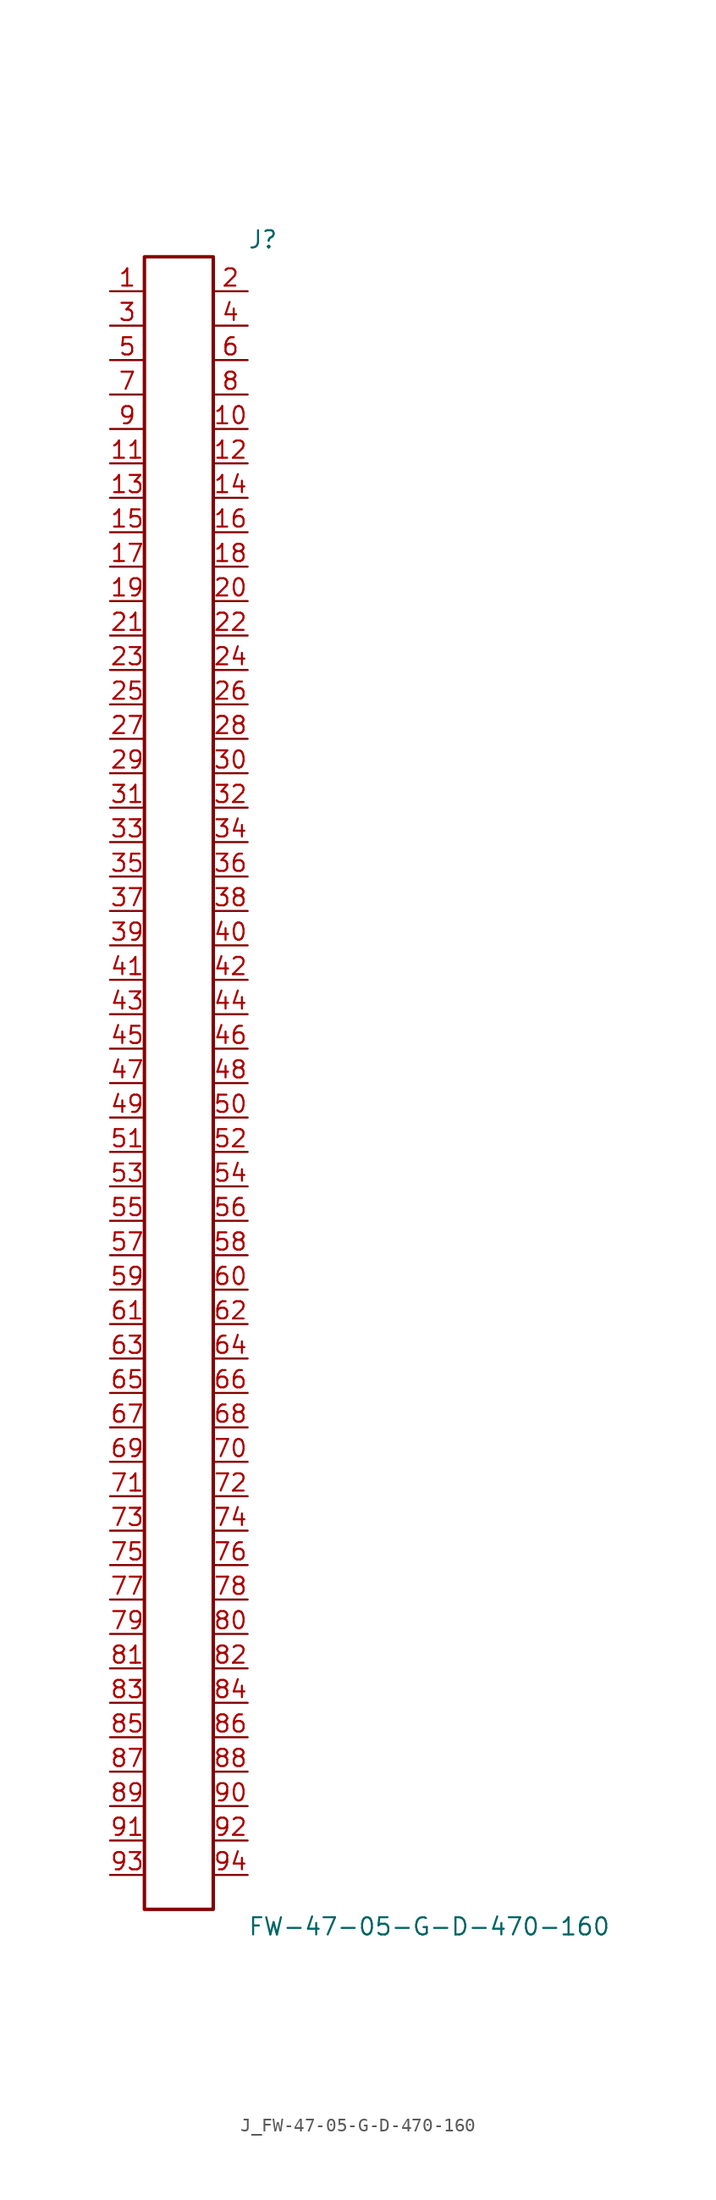
<source format=kicad_sym>
(kicad_symbol_lib
  (version 20231120)
  (generator kicad_symbol_editor)
  (generator_version 8.0)
  (symbol "J_FW-47-05-G-D-470-160"
    (pin_names
      (offset 0.254))
    (property "Reference" "J"
      (at 5.08 62.23 0)
      (effects (font (size 1.27 1.27)) (justify left)))
    (property "Value" "FW-47-05-G-D-470-160"
      (at 5.08 -62.23 0)
      (effects (font (size 1.27 1.27)) (justify left)))
    (symbol "J_FW-47-05-G-D-470-160_0_0"
      (pin unspecified line (at -5.08 58.42 0) (length 2.54) (name "" (effects (font (size 1.27 1.27)))) (number "1" (effects (font (size 1.27 1.27)))))
      (pin unspecified line (at 5.08 58.42 180) (length 2.54) (name "" (effects (font (size 1.27 1.27)))) (number "2" (effects (font (size 1.27 1.27)))))
      (pin unspecified line (at -5.08 55.88 0) (length 2.54) (name "" (effects (font (size 1.27 1.27)))) (number "3" (effects (font (size 1.27 1.27)))))
      (pin unspecified line (at 5.08 55.88 180) (length 2.54) (name "" (effects (font (size 1.27 1.27)))) (number "4" (effects (font (size 1.27 1.27)))))
      (pin unspecified line (at -5.08 53.34 0) (length 2.54) (name "" (effects (font (size 1.27 1.27)))) (number "5" (effects (font (size 1.27 1.27)))))
      (pin unspecified line (at 5.08 53.34 180) (length 2.54) (name "" (effects (font (size 1.27 1.27)))) (number "6" (effects (font (size 1.27 1.27)))))
      (pin unspecified line (at -5.08 50.8 0) (length 2.54) (name "" (effects (font (size 1.27 1.27)))) (number "7" (effects (font (size 1.27 1.27)))))
      (pin unspecified line (at 5.08 50.8 180) (length 2.54) (name "" (effects (font (size 1.27 1.27)))) (number "8" (effects (font (size 1.27 1.27)))))
      (pin unspecified line (at -5.08 48.26 0) (length 2.54) (name "" (effects (font (size 1.27 1.27)))) (number "9" (effects (font (size 1.27 1.27)))))
      (pin unspecified line (at 5.08 48.26 180) (length 2.54) (name "" (effects (font (size 1.27 1.27)))) (number "10" (effects (font (size 1.27 1.27)))))
      (pin unspecified line (at -5.08 45.72 0) (length 2.54) (name "" (effects (font (size 1.27 1.27)))) (number "11" (effects (font (size 1.27 1.27)))))
      (pin unspecified line (at 5.08 45.72 180) (length 2.54) (name "" (effects (font (size 1.27 1.27)))) (number "12" (effects (font (size 1.27 1.27)))))
      (pin unspecified line (at -5.08 43.18 0) (length 2.54) (name "" (effects (font (size 1.27 1.27)))) (number "13" (effects (font (size 1.27 1.27)))))
      (pin unspecified line (at 5.08 43.18 180) (length 2.54) (name "" (effects (font (size 1.27 1.27)))) (number "14" (effects (font (size 1.27 1.27)))))
      (pin unspecified line (at -5.08 40.64 0) (length 2.54) (name "" (effects (font (size 1.27 1.27)))) (number "15" (effects (font (size 1.27 1.27)))))
      (pin unspecified line (at 5.08 40.64 180) (length 2.54) (name "" (effects (font (size 1.27 1.27)))) (number "16" (effects (font (size 1.27 1.27)))))
      (pin unspecified line (at -5.08 38.1 0) (length 2.54) (name "" (effects (font (size 1.27 1.27)))) (number "17" (effects (font (size 1.27 1.27)))))
      (pin unspecified line (at 5.08 38.1 180) (length 2.54) (name "" (effects (font (size 1.27 1.27)))) (number "18" (effects (font (size 1.27 1.27)))))
      (pin unspecified line (at -5.08 35.56 0) (length 2.54) (name "" (effects (font (size 1.27 1.27)))) (number "19" (effects (font (size 1.27 1.27)))))
      (pin unspecified line (at 5.08 35.56 180) (length 2.54) (name "" (effects (font (size 1.27 1.27)))) (number "20" (effects (font (size 1.27 1.27)))))
      (pin unspecified line (at -5.08 33.02 0) (length 2.54) (name "" (effects (font (size 1.27 1.27)))) (number "21" (effects (font (size 1.27 1.27)))))
      (pin unspecified line (at 5.08 33.02 180) (length 2.54) (name "" (effects (font (size 1.27 1.27)))) (number "22" (effects (font (size 1.27 1.27)))))
      (pin unspecified line (at -5.08 30.48 0) (length 2.54) (name "" (effects (font (size 1.27 1.27)))) (number "23" (effects (font (size 1.27 1.27)))))
      (pin unspecified line (at 5.08 30.48 180) (length 2.54) (name "" (effects (font (size 1.27 1.27)))) (number "24" (effects (font (size 1.27 1.27)))))
      (pin unspecified line (at -5.08 27.94 0) (length 2.54) (name "" (effects (font (size 1.27 1.27)))) (number "25" (effects (font (size 1.27 1.27)))))
      (pin unspecified line (at 5.08 27.94 180) (length 2.54) (name "" (effects (font (size 1.27 1.27)))) (number "26" (effects (font (size 1.27 1.27)))))
      (pin unspecified line (at -5.08 25.4 0) (length 2.54) (name "" (effects (font (size 1.27 1.27)))) (number "27" (effects (font (size 1.27 1.27)))))
      (pin unspecified line (at 5.08 25.4 180) (length 2.54) (name "" (effects (font (size 1.27 1.27)))) (number "28" (effects (font (size 1.27 1.27)))))
      (pin unspecified line (at -5.08 22.86 0) (length 2.54) (name "" (effects (font (size 1.27 1.27)))) (number "29" (effects (font (size 1.27 1.27)))))
      (pin unspecified line (at 5.08 22.86 180) (length 2.54) (name "" (effects (font (size 1.27 1.27)))) (number "30" (effects (font (size 1.27 1.27)))))
      (pin unspecified line (at -5.08 20.32 0) (length 2.54) (name "" (effects (font (size 1.27 1.27)))) (number "31" (effects (font (size 1.27 1.27)))))
      (pin unspecified line (at 5.08 20.32 180) (length 2.54) (name "" (effects (font (size 1.27 1.27)))) (number "32" (effects (font (size 1.27 1.27)))))
      (pin unspecified line (at -5.08 17.78 0) (length 2.54) (name "" (effects (font (size 1.27 1.27)))) (number "33" (effects (font (size 1.27 1.27)))))
      (pin unspecified line (at 5.08 17.78 180) (length 2.54) (name "" (effects (font (size 1.27 1.27)))) (number "34" (effects (font (size 1.27 1.27)))))
      (pin unspecified line (at -5.08 15.24 0) (length 2.54) (name "" (effects (font (size 1.27 1.27)))) (number "35" (effects (font (size 1.27 1.27)))))
      (pin unspecified line (at 5.08 15.24 180) (length 2.54) (name "" (effects (font (size 1.27 1.27)))) (number "36" (effects (font (size 1.27 1.27)))))
      (pin unspecified line (at -5.08 12.7 0) (length 2.54) (name "" (effects (font (size 1.27 1.27)))) (number "37" (effects (font (size 1.27 1.27)))))
      (pin unspecified line (at 5.08 12.7 180) (length 2.54) (name "" (effects (font (size 1.27 1.27)))) (number "38" (effects (font (size 1.27 1.27)))))
      (pin unspecified line (at -5.08 10.16 0) (length 2.54) (name "" (effects (font (size 1.27 1.27)))) (number "39" (effects (font (size 1.27 1.27)))))
      (pin unspecified line (at 5.08 10.16 180) (length 2.54) (name "" (effects (font (size 1.27 1.27)))) (number "40" (effects (font (size 1.27 1.27)))))
      (pin unspecified line (at -5.08 7.62 0) (length 2.54) (name "" (effects (font (size 1.27 1.27)))) (number "41" (effects (font (size 1.27 1.27)))))
      (pin unspecified line (at 5.08 7.62 180) (length 2.54) (name "" (effects (font (size 1.27 1.27)))) (number "42" (effects (font (size 1.27 1.27)))))
      (pin unspecified line (at -5.08 5.08 0) (length 2.54) (name "" (effects (font (size 1.27 1.27)))) (number "43" (effects (font (size 1.27 1.27)))))
      (pin unspecified line (at 5.08 5.08 180) (length 2.54) (name "" (effects (font (size 1.27 1.27)))) (number "44" (effects (font (size 1.27 1.27)))))
      (pin unspecified line (at -5.08 2.54 0) (length 2.54) (name "" (effects (font (size 1.27 1.27)))) (number "45" (effects (font (size 1.27 1.27)))))
      (pin unspecified line (at 5.08 2.54 180) (length 2.54) (name "" (effects (font (size 1.27 1.27)))) (number "46" (effects (font (size 1.27 1.27)))))
      (pin unspecified line (at -5.08 0.0 0) (length 2.54) (name "" (effects (font (size 1.27 1.27)))) (number "47" (effects (font (size 1.27 1.27)))))
      (pin unspecified line (at 5.08 0.0 180) (length 2.54) (name "" (effects (font (size 1.27 1.27)))) (number "48" (effects (font (size 1.27 1.27)))))
      (pin unspecified line (at -5.08 -2.54 0) (length 2.54) (name "" (effects (font (size 1.27 1.27)))) (number "49" (effects (font (size 1.27 1.27)))))
      (pin unspecified line (at 5.08 -2.54 180) (length 2.54) (name "" (effects (font (size 1.27 1.27)))) (number "50" (effects (font (size 1.27 1.27)))))
      (pin unspecified line (at -5.08 -5.08 0) (length 2.54) (name "" (effects (font (size 1.27 1.27)))) (number "51" (effects (font (size 1.27 1.27)))))
      (pin unspecified line (at 5.08 -5.08 180) (length 2.54) (name "" (effects (font (size 1.27 1.27)))) (number "52" (effects (font (size 1.27 1.27)))))
      (pin unspecified line (at -5.08 -7.62 0) (length 2.54) (name "" (effects (font (size 1.27 1.27)))) (number "53" (effects (font (size 1.27 1.27)))))
      (pin unspecified line (at 5.08 -7.62 180) (length 2.54) (name "" (effects (font (size 1.27 1.27)))) (number "54" (effects (font (size 1.27 1.27)))))
      (pin unspecified line (at -5.08 -10.16 0) (length 2.54) (name "" (effects (font (size 1.27 1.27)))) (number "55" (effects (font (size 1.27 1.27)))))
      (pin unspecified line (at 5.08 -10.16 180) (length 2.54) (name "" (effects (font (size 1.27 1.27)))) (number "56" (effects (font (size 1.27 1.27)))))
      (pin unspecified line (at -5.08 -12.7 0) (length 2.54) (name "" (effects (font (size 1.27 1.27)))) (number "57" (effects (font (size 1.27 1.27)))))
      (pin unspecified line (at 5.08 -12.7 180) (length 2.54) (name "" (effects (font (size 1.27 1.27)))) (number "58" (effects (font (size 1.27 1.27)))))
      (pin unspecified line (at -5.08 -15.24 0) (length 2.54) (name "" (effects (font (size 1.27 1.27)))) (number "59" (effects (font (size 1.27 1.27)))))
      (pin unspecified line (at 5.08 -15.24 180) (length 2.54) (name "" (effects (font (size 1.27 1.27)))) (number "60" (effects (font (size 1.27 1.27)))))
      (pin unspecified line (at -5.08 -17.78 0) (length 2.54) (name "" (effects (font (size 1.27 1.27)))) (number "61" (effects (font (size 1.27 1.27)))))
      (pin unspecified line (at 5.08 -17.78 180) (length 2.54) (name "" (effects (font (size 1.27 1.27)))) (number "62" (effects (font (size 1.27 1.27)))))
      (pin unspecified line (at -5.08 -20.32 0) (length 2.54) (name "" (effects (font (size 1.27 1.27)))) (number "63" (effects (font (size 1.27 1.27)))))
      (pin unspecified line (at 5.08 -20.32 180) (length 2.54) (name "" (effects (font (size 1.27 1.27)))) (number "64" (effects (font (size 1.27 1.27)))))
      (pin unspecified line (at -5.08 -22.86 0) (length 2.54) (name "" (effects (font (size 1.27 1.27)))) (number "65" (effects (font (size 1.27 1.27)))))
      (pin unspecified line (at 5.08 -22.86 180) (length 2.54) (name "" (effects (font (size 1.27 1.27)))) (number "66" (effects (font (size 1.27 1.27)))))
      (pin unspecified line (at -5.08 -25.4 0) (length 2.54) (name "" (effects (font (size 1.27 1.27)))) (number "67" (effects (font (size 1.27 1.27)))))
      (pin unspecified line (at 5.08 -25.4 180) (length 2.54) (name "" (effects (font (size 1.27 1.27)))) (number "68" (effects (font (size 1.27 1.27)))))
      (pin unspecified line (at -5.08 -27.94 0) (length 2.54) (name "" (effects (font (size 1.27 1.27)))) (number "69" (effects (font (size 1.27 1.27)))))
      (pin unspecified line (at 5.08 -27.94 180) (length 2.54) (name "" (effects (font (size 1.27 1.27)))) (number "70" (effects (font (size 1.27 1.27)))))
      (pin unspecified line (at -5.08 -30.48 0) (length 2.54) (name "" (effects (font (size 1.27 1.27)))) (number "71" (effects (font (size 1.27 1.27)))))
      (pin unspecified line (at 5.08 -30.48 180) (length 2.54) (name "" (effects (font (size 1.27 1.27)))) (number "72" (effects (font (size 1.27 1.27)))))
      (pin unspecified line (at -5.08 -33.02 0) (length 2.54) (name "" (effects (font (size 1.27 1.27)))) (number "73" (effects (font (size 1.27 1.27)))))
      (pin unspecified line (at 5.08 -33.02 180) (length 2.54) (name "" (effects (font (size 1.27 1.27)))) (number "74" (effects (font (size 1.27 1.27)))))
      (pin unspecified line (at -5.08 -35.56 0) (length 2.54) (name "" (effects (font (size 1.27 1.27)))) (number "75" (effects (font (size 1.27 1.27)))))
      (pin unspecified line (at 5.08 -35.56 180) (length 2.54) (name "" (effects (font (size 1.27 1.27)))) (number "76" (effects (font (size 1.27 1.27)))))
      (pin unspecified line (at -5.08 -38.1 0) (length 2.54) (name "" (effects (font (size 1.27 1.27)))) (number "77" (effects (font (size 1.27 1.27)))))
      (pin unspecified line (at 5.08 -38.1 180) (length 2.54) (name "" (effects (font (size 1.27 1.27)))) (number "78" (effects (font (size 1.27 1.27)))))
      (pin unspecified line (at -5.08 -40.64 0) (length 2.54) (name "" (effects (font (size 1.27 1.27)))) (number "79" (effects (font (size 1.27 1.27)))))
      (pin unspecified line (at 5.08 -40.64 180) (length 2.54) (name "" (effects (font (size 1.27 1.27)))) (number "80" (effects (font (size 1.27 1.27)))))
      (pin unspecified line (at -5.08 -43.18 0) (length 2.54) (name "" (effects (font (size 1.27 1.27)))) (number "81" (effects (font (size 1.27 1.27)))))
      (pin unspecified line (at 5.08 -43.18 180) (length 2.54) (name "" (effects (font (size 1.27 1.27)))) (number "82" (effects (font (size 1.27 1.27)))))
      (pin unspecified line (at -5.08 -45.72 0) (length 2.54) (name "" (effects (font (size 1.27 1.27)))) (number "83" (effects (font (size 1.27 1.27)))))
      (pin unspecified line (at 5.08 -45.72 180) (length 2.54) (name "" (effects (font (size 1.27 1.27)))) (number "84" (effects (font (size 1.27 1.27)))))
      (pin unspecified line (at -5.08 -48.26 0) (length 2.54) (name "" (effects (font (size 1.27 1.27)))) (number "85" (effects (font (size 1.27 1.27)))))
      (pin unspecified line (at 5.08 -48.26 180) (length 2.54) (name "" (effects (font (size 1.27 1.27)))) (number "86" (effects (font (size 1.27 1.27)))))
      (pin unspecified line (at -5.08 -50.8 0) (length 2.54) (name "" (effects (font (size 1.27 1.27)))) (number "87" (effects (font (size 1.27 1.27)))))
      (pin unspecified line (at 5.08 -50.8 180) (length 2.54) (name "" (effects (font (size 1.27 1.27)))) (number "88" (effects (font (size 1.27 1.27)))))
      (pin unspecified line (at -5.08 -53.34 0) (length 2.54) (name "" (effects (font (size 1.27 1.27)))) (number "89" (effects (font (size 1.27 1.27)))))
      (pin unspecified line (at 5.08 -53.34 180) (length 2.54) (name "" (effects (font (size 1.27 1.27)))) (number "90" (effects (font (size 1.27 1.27)))))
      (pin unspecified line (at -5.08 -55.88 0) (length 2.54) (name "" (effects (font (size 1.27 1.27)))) (number "91" (effects (font (size 1.27 1.27)))))
      (pin unspecified line (at 5.08 -55.88 180) (length 2.54) (name "" (effects (font (size 1.27 1.27)))) (number "92" (effects (font (size 1.27 1.27)))))
      (pin unspecified line (at -5.08 -58.42 0) (length 2.54) (name "" (effects (font (size 1.27 1.27)))) (number "93" (effects (font (size 1.27 1.27)))))
      (pin unspecified line (at 5.08 -58.42 180) (length 2.54) (name "" (effects (font (size 1.27 1.27)))) (number "94" (effects (font (size 1.27 1.27))))))
    (symbol "J_FW-47-05-G-D-470-160_1_0"
      (rectangle (start -2.54 60.96) (end 2.54 -60.96) (stroke (width 0.254) (type solid)) (fill (type none))))))
</source>
